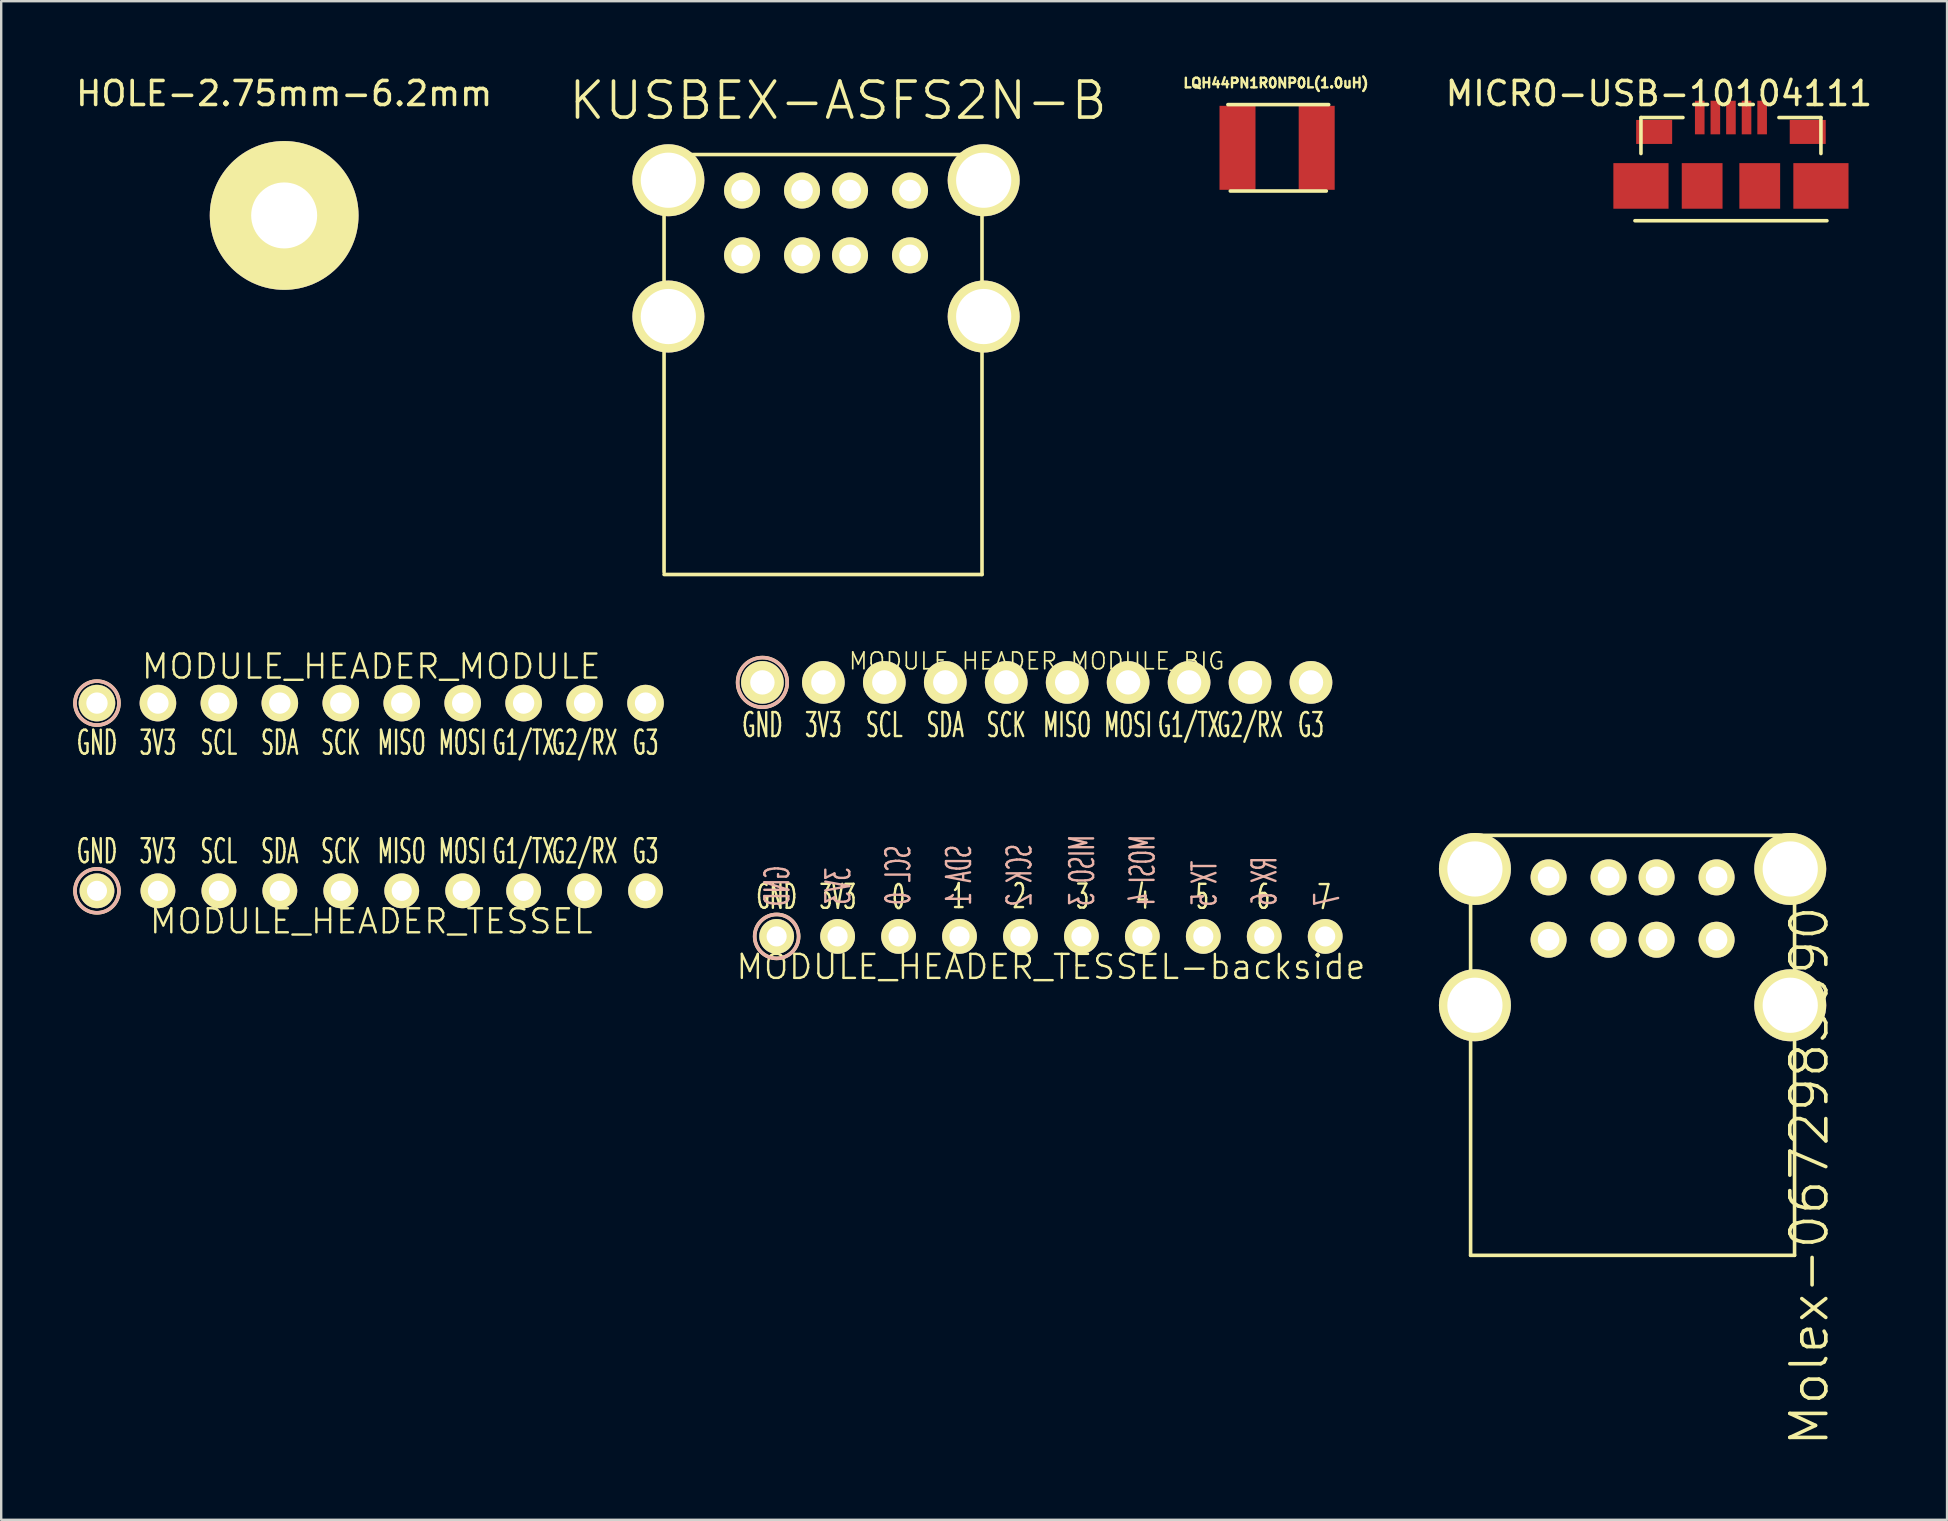
<source format=kicad_pcb>
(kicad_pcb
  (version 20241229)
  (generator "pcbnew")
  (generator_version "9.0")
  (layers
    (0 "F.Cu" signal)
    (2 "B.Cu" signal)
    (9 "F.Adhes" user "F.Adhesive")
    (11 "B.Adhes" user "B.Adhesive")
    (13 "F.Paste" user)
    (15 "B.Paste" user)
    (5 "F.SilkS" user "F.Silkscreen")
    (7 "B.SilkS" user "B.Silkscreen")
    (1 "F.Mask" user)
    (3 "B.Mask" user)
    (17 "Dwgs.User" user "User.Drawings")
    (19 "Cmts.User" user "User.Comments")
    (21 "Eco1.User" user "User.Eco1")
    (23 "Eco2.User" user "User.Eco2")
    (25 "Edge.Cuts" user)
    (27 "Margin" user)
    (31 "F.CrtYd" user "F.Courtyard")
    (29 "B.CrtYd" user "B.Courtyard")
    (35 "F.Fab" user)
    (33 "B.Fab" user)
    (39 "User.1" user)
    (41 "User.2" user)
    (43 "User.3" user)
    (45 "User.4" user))
  (footprint "MODULE_HEADER_TESSEL"
    (layer "F.Cu")
    (at 12.421 34.073)
    (property "Reference" "MODULE_HEADER_TESSEL" (at 0 1.27 0) (layer "F.SilkS") (effects (font (size 1 1) (thickness 0.1))))
    (attr through_hole)
    (fp_circle (center -11.43 0) (end -10.668 -0.508) (stroke (width 0.15) (type solid)) (fill no) (layer "F.SilkS"))
    (fp_circle (center -11.43 0) (end -10.668 -0.508) (stroke (width 0.15) (type solid)) (fill no) (layer "B.SilkS"))
    (fp_text user "SCK" (at -1.27 -1.651 0) (layer "F.SilkS") (effects (font (size 1 0.55) (thickness 0.1))))
    (fp_text user "SCL" (at -6.35 -1.651 0) (layer "F.SilkS") (effects (font (size 1 0.55) (thickness 0.1))))
    (fp_text user "G3" (at 11.43 -1.651 0) (layer "F.SilkS") (effects (font (size 1 0.55) (thickness 0.1))))
    (fp_text user "MISO" (at 1.27 -1.651 0) (layer "F.SilkS") (effects (font (size 1 0.55) (thickness 0.1))))
    (fp_text user "G1/TX" (at 6.35 -1.651 0) (layer "F.SilkS") (effects (font (size 1 0.55) (thickness 0.1))))
    (fp_text user "GND" (at -11.43 -1.651 0) (layer "F.SilkS") (effects (font (size 1 0.55) (thickness 0.1))))
    (fp_text user "3V3" (at -8.89 -1.651 0) (layer "F.SilkS") (effects (font (size 1 0.55) (thickness 0.1))))
    (fp_text user "MOSI" (at 3.81 -1.651 0) (layer "F.SilkS") (effects (font (size 1 0.55) (thickness 0.1))))
    (fp_text user "G2/RX" (at 8.89 -1.651 0) (layer "F.SilkS") (effects (font (size 1 0.55) (thickness 0.1))))
    (fp_text user "SDA" (at -3.81 -1.651 0) (layer "F.SilkS") (effects (font (size 1 0.55) (thickness 0.1))))
    (pad "1" thru_hole circle (at -11.43 0) (size 1.45 1.45) (drill 0.838) (layers "*.Cu" "*.Mask" "F.SilkS"))
    (pad "2" thru_hole circle (at -8.89 0) (size 1.45 1.45) (drill 0.838) (layers "*.Cu" "*.Mask" "F.SilkS"))
    (pad "3" thru_hole circle (at -6.35 0) (size 1.45 1.45) (drill 0.838) (layers "*.Cu" "*.Mask" "F.SilkS"))
    (pad "4" thru_hole circle (at -3.81 0) (size 1.45 1.45) (drill 0.838) (layers "*.Cu" "*.Mask" "F.SilkS"))
    (pad "5" thru_hole circle (at -1.27 0) (size 1.45 1.45) (drill 0.838) (layers "*.Cu" "*.Mask" "F.SilkS"))
    (pad "6" thru_hole circle (at 1.27 0) (size 1.45 1.45) (drill 0.838) (layers "*.Cu" "*.Mask" "F.SilkS"))
    (pad "7" thru_hole circle (at 3.81 0) (size 1.45 1.45) (drill 0.838) (layers "*.Cu" "*.Mask" "F.SilkS"))
    (pad "8" thru_hole circle (at 6.35 0) (size 1.45 1.45) (drill 0.838) (layers "*.Cu" "*.Mask" "F.SilkS"))
    (pad "9" thru_hole circle (at 8.89 0) (size 1.45 1.45) (drill 0.838) (layers "*.Cu" "*.Mask" "F.SilkS"))
    (pad "10" thru_hole circle (at 11.43 0) (size 1.45 1.45) (drill 0.838) (layers "*.Cu" "*.Mask" "F.SilkS")))
  (footprint "MODULE_HEADER_TESSEL-backside"
    (layer "F.Cu")
    (at 40.745 35.973)
    (property "Reference" "MODULE_HEADER_TESSEL-backside" (at 0 1.27 0) (layer "F.SilkS") (effects (font (size 1 1) (thickness 0.1))))
    (attr through_hole)
    (fp_circle (center -11.43 0) (end -10.668 -0.508) (stroke (width 0.15) (type solid)) (fill no) (layer "F.SilkS"))
    (fp_circle (center -11.43 0) (end -10.668 -0.508) (stroke (width 0.15) (type solid)) (fill no) (layer "B.SilkS"))
    (fp_text user "2" (at -1.32 -1.68 0) (layer "F.SilkS") (effects (font (size 1 0.55) (thickness 0.1))))
    (fp_text user "3V3" (at -8.88 -1.65 0) (layer "F.SilkS") (effects (font (size 1 0.55) (thickness 0.1))))
    (fp_text user "GND" (at -11.43 -1.65 0) (layer "F.SilkS") (effects (font (size 1 0.55) (thickness 0.1))))
    (fp_text user "6" (at 8.86 -1.65 0) (layer "F.SilkS") (effects (font (size 1 0.55) (thickness 0.1))))
    (fp_text user "3" (at 1.32 -1.66 0) (layer "F.SilkS") (effects (font (size 1 0.55) (thickness 0.1))))
    (fp_text user "4" (at 3.82 -1.66 0) (layer "F.SilkS") (effects (font (size 1 0.55) (thickness 0.1))))
    (fp_text user "7" (at 11.38 -1.64 0) (layer "F.SilkS") (effects (font (size 1 0.55) (thickness 0.1))))
    (fp_text user "1" (at -3.84 -1.68 0) (layer "F.SilkS") (effects (font (size 1 0.55) (thickness 0.1))))
    (fp_text user "0" (at -6.35 -1.64 0) (layer "F.SilkS") (effects (font (size 1 0.55) (thickness 0.1))))
    (fp_text user "5" (at 6.31 -1.65 0) (layer "F.SilkS") (effects (font (size 1 0.55) (thickness 0.1))))
    (fp_text user "7" (at 11.51 -1.55 90) (layer "B.SilkS") (effects (font (size 1 0.55) (thickness 0.1)) (justify mirror)))
    (fp_text user "MISO 3" (at 1.3 -2.75 90) (layer "B.SilkS") (effects (font (size 1 0.55) (thickness 0.1)) (justify mirror)))
    (fp_text user "SDA 1" (at -3.83 -2.55 90) (layer "B.SilkS") (effects (font (size 1 0.55) (thickness 0.1)) (justify mirror)))
    (fp_text user "GND" (at -11.4 -2.1 90) (layer "B.SilkS") (effects (font (size 1 0.55) (thickness 0.1)) (justify mirror)))
    (fp_text user "RX 6" (at 8.9 -2.3 90) (layer "B.SilkS") (effects (font (size 1 0.55) (thickness 0.1)) (justify mirror)))
    (fp_text user "SCK 2" (at -1.31 -2.55 90) (layer "B.SilkS") (effects (font (size 1 0.55) (thickness 0.1)) (justify mirror)))
    (fp_text user "TX 5" (at 6.4 -2.2 90) (layer "B.SilkS") (effects (font (size 1 0.55) (thickness 0.1)) (justify mirror)))
    (fp_text user "SCL 0" (at -6.36 -2.55 90) (layer "B.SilkS") (effects (font (size 1 0.55) (thickness 0.1)) (justify mirror)))
    (fp_text user "MOSI 4" (at 3.82 -2.75 90) (layer "B.SilkS") (effects (font (size 1 0.55) (thickness 0.1)) (justify mirror)))
    (fp_text user "3V3" (at -8.86 -2.1 90) (layer "B.SilkS") (effects (font (size 1 0.55) (thickness 0.1)) (justify mirror)))
    (pad "1" thru_hole circle (at -11.43 0) (size 1.45 1.45) (drill 0.838) (layers "*.Cu" "*.Mask" "F.SilkS"))
    (pad "2" thru_hole circle (at -8.89 0) (size 1.45 1.45) (drill 0.838) (layers "*.Cu" "*.Mask" "F.SilkS"))
    (pad "3" thru_hole circle (at -6.35 0) (size 1.45 1.45) (drill 0.838) (layers "*.Cu" "*.Mask" "F.SilkS"))
    (pad "4" thru_hole circle (at -3.81 0) (size 1.45 1.45) (drill 0.838) (layers "*.Cu" "*.Mask" "F.SilkS"))
    (pad "5" thru_hole circle (at -1.27 0) (size 1.45 1.45) (drill 0.838) (layers "*.Cu" "*.Mask" "F.SilkS"))
    (pad "6" thru_hole circle (at 1.27 0) (size 1.45 1.45) (drill 0.838) (layers "*.Cu" "*.Mask" "F.SilkS"))
    (pad "7" thru_hole circle (at 3.81 0) (size 1.45 1.45) (drill 0.838) (layers "*.Cu" "*.Mask" "F.SilkS"))
    (pad "8" thru_hole circle (at 6.35 0) (size 1.45 1.45) (drill 0.838) (layers "*.Cu" "*.Mask" "F.SilkS"))
    (pad "9" thru_hole circle (at 8.89 0) (size 1.45 1.45) (drill 0.838) (layers "*.Cu" "*.Mask" "F.SilkS"))
    (pad "10" thru_hole circle (at 11.43 0) (size 1.45 1.45) (drill 0.838) (layers "*.Cu" "*.Mask" "F.SilkS")))
  (footprint "MODULE_HEADER_MODULE_BIG"
    (layer "F.Cu")
    (at 40.152 25.387)
    (property "Reference" "MODULE_HEADER_MODULE_BIG" (at 0 -0.889 0) (layer "F.SilkS") (effects (font (size 0.7 0.7) (thickness 0.07))))
    (attr through_hole)
    (fp_circle (center -11.43 0) (end -10.732 -0.762) (stroke (width 0.15) (type solid)) (fill no) (layer "F.SilkS"))
    (fp_circle (center -11.43 0) (end -10.732 -0.762) (stroke (width 0.15) (type solid)) (fill no) (layer "B.SilkS"))
    (fp_text user "SDA" (at -3.81 1.778 0) (layer "F.SilkS") (effects (font (size 1 0.55) (thickness 0.1))))
    (fp_text user "MISO" (at 1.27 1.778 0) (layer "F.SilkS") (effects (font (size 1 0.55) (thickness 0.1))))
    (fp_text user "3V3" (at -8.89 1.778 0) (layer "F.SilkS") (effects (font (size 1 0.55) (thickness 0.1))))
    (fp_text user "G1/TX" (at 6.35 1.778 0) (layer "F.SilkS") (effects (font (size 1 0.55) (thickness 0.1))))
    (fp_text user "SCK" (at -1.27 1.778 0) (layer "F.SilkS") (effects (font (size 1 0.55) (thickness 0.1))))
    (fp_text user "SCL" (at -6.35 1.778 0) (layer "F.SilkS") (effects (font (size 1 0.55) (thickness 0.1))))
    (fp_text user "GND" (at -11.43 1.778 0) (layer "F.SilkS") (effects (font (size 1 0.55) (thickness 0.1))))
    (fp_text user "G3" (at 11.43 1.778 0) (layer "F.SilkS") (effects (font (size 1 0.55) (thickness 0.1))))
    (fp_text user "G2/RX" (at 8.89 1.778 0) (layer "F.SilkS") (effects (font (size 1 0.55) (thickness 0.1))))
    (fp_text user "MOSI" (at 3.81 1.778 0) (layer "F.SilkS") (effects (font (size 1 0.55) (thickness 0.1))))
    (pad "1" thru_hole circle (at -11.43 0) (size 1.778 1.778) (drill 1.016) (layers "*.Cu" "*.Mask" "F.SilkS"))
    (pad "2" thru_hole circle (at -8.89 0) (size 1.778 1.778) (drill 1.016) (layers "*.Cu" "*.Mask" "F.SilkS"))
    (pad "3" thru_hole circle (at -6.35 0) (size 1.778 1.778) (drill 1.016) (layers "*.Cu" "*.Mask" "F.SilkS"))
    (pad "4" thru_hole circle (at -3.81 0) (size 1.778 1.778) (drill 1.016) (layers "*.Cu" "*.Mask" "F.SilkS"))
    (pad "5" thru_hole circle (at -1.27 0) (size 1.778 1.778) (drill 1.016) (layers "*.Cu" "*.Mask" "F.SilkS"))
    (pad "6" thru_hole circle (at 1.27 0) (size 1.778 1.778) (drill 1.016) (layers "*.Cu" "*.Mask" "F.SilkS"))
    (pad "7" thru_hole circle (at 3.81 0) (size 1.778 1.778) (drill 1.016) (layers "*.Cu" "*.Mask" "F.SilkS"))
    (pad "8" thru_hole circle (at 6.35 0) (size 1.778 1.778) (drill 1.016) (layers "*.Cu" "*.Mask" "F.SilkS"))
    (pad "9" thru_hole circle (at 8.89 0) (size 1.778 1.778) (drill 1.016) (layers "*.Cu" "*.Mask" "F.SilkS"))
    (pad "10" thru_hole circle (at 11.43 0) (size 1.778 1.778) (drill 1.016) (layers "*.Cu" "*.Mask" "F.SilkS")))
  (footprint "KUSBEX-ASFS2N-B"
    (layer "F.Cu")
    (at 31.373 4.891)
    (property "Reference" "KUSBEX-ASFS2N-B" (at 0.5 -3.75 0) (layer "F.SilkS") (effects (font (size 1.5 1.5) (thickness 0.15))))
    (attr through_hole)
    (fp_line (start -6.75 -1.5) (end -6.75 15.9) (stroke (width 0.15) (type solid)) (layer "F.SilkS"))
    (fp_line (start -6.75 -1.5) (end 6.45 -1.5) (stroke (width 0.15) (type solid)) (layer "F.SilkS"))
    (fp_line (start -6.75 16) (end 6.5 16) (stroke (width 0.15) (type solid)) (layer "F.SilkS"))
    (fp_line (start 6.5 -1.5) (end 6.5 16) (stroke (width 0.15) (type solid)) (layer "F.SilkS"))
    (pad "1" thru_hole circle (at -3.5 0) (size 1.5 1.5) (drill 0.9) (layers "*.Cu" "*.Mask" "F.SilkS"))
    (pad "2" thru_hole circle (at -1 0) (size 1.5 1.5) (drill 0.9) (layers "*.Cu" "*.Mask" "F.SilkS"))
    (pad "3" thru_hole circle (at 1 0) (size 1.5 1.5) (drill 0.9) (layers "*.Cu" "*.Mask" "F.SilkS"))
    (pad "4" thru_hole circle (at 3.5 0) (size 1.5 1.5) (drill 0.9) (layers "*.Cu" "*.Mask" "F.SilkS"))
    (pad "5" thru_hole circle (at -3.5 2.7) (size 1.5 1.5) (drill 0.9) (layers "*.Cu" "*.Mask" "F.SilkS"))
    (pad "6" thru_hole circle (at -1 2.7) (size 1.5 1.5) (drill 0.9) (layers "*.Cu" "*.Mask" "F.SilkS"))
    (pad "7" thru_hole circle (at 1 2.7) (size 1.5 1.5) (drill 0.9) (layers "*.Cu" "*.Mask" "F.SilkS"))
    (pad "8" thru_hole circle (at 3.5 2.7) (size 1.5 1.5) (drill 0.9) (layers "*.Cu" "*.Mask" "F.SilkS"))
    (pad "9" thru_hole circle (at -6.57 -0.43) (size 3 3) (drill 2.3) (layers "*.Cu" "*.Mask" "F.SilkS"))
    (pad "10" thru_hole circle (at -6.57 5.25) (size 3 3) (drill 2.3) (layers "*.Cu" "*.Mask" "F.SilkS"))
    (pad "11" thru_hole circle (at 6.57 -0.43) (size 3 3) (drill 2.3) (layers "*.Cu" "*.Mask" "F.SilkS"))
    (pad "12" thru_hole circle (at 6.57 5.25) (size 3 3) (drill 2.3) (layers "*.Cu" "*.Mask" "F.SilkS")))
  (footprint "Molex-0672983090"
    (layer "F.Cu")
    (at 64.984 33.512)
    (property "Reference" "Molex-0672983090" (at 7.366 12.446 90) (layer "F.SilkS") (effects (font (size 1.5 1.5) (thickness 0.15))))
    (attr through_hole)
    (fp_line (start -6.75 -1.75) (end 6.75 -1.75) (stroke (width 0.15) (type solid)) (layer "F.SilkS"))
    (fp_line (start -6.75 -1.5) (end -6.75 15.75) (stroke (width 0.15) (type solid)) (layer "F.SilkS"))
    (fp_line (start -6.75 15.75) (end 6.75 15.75) (stroke (width 0.15) (type solid)) (layer "F.SilkS"))
    (fp_line (start 6.75 -1.5) (end 6.75 15.75) (stroke (width 0.15) (type solid)) (layer "F.SilkS"))
    (pad "1" thru_hole circle (at -3.5 0) (size 1.5 1.5) (drill 0.9) (layers "*.Cu" "*.Mask" "F.SilkS"))
    (pad "2" thru_hole circle (at -1 0) (size 1.5 1.5) (drill 0.9) (layers "*.Cu" "*.Mask" "F.SilkS"))
    (pad "3" thru_hole circle (at 1 0) (size 1.5 1.5) (drill 0.9) (layers "*.Cu" "*.Mask" "F.SilkS"))
    (pad "4" thru_hole circle (at 3.5 0) (size 1.5 1.5) (drill 0.9) (layers "*.Cu" "*.Mask" "F.SilkS"))
    (pad "5" thru_hole circle (at -3.5 2.6) (size 1.5 1.5) (drill 0.9) (layers "*.Cu" "*.Mask" "F.SilkS"))
    (pad "6" thru_hole circle (at -1 2.6) (size 1.5 1.5) (drill 0.9) (layers "*.Cu" "*.Mask" "F.SilkS"))
    (pad "7" thru_hole circle (at 1 2.6) (size 1.5 1.5) (drill 0.9) (layers "*.Cu" "*.Mask" "F.SilkS"))
    (pad "8" thru_hole circle (at 3.5 2.6) (size 1.5 1.5) (drill 0.9) (layers "*.Cu" "*.Mask" "F.SilkS"))
    (pad "9" thru_hole circle (at -6.57 -0.35) (size 3 3) (drill 2.3) (layers "*.Cu" "*.Mask" "F.SilkS"))
    (pad "10" thru_hole circle (at -6.57 5.33) (size 3 3) (drill 2.3) (layers "*.Cu" "*.Mask" "F.SilkS"))
    (pad "11" thru_hole circle (at 6.57 -0.35) (size 3 3) (drill 2.3) (layers "*.Cu" "*.Mask" "F.SilkS"))
    (pad "12" thru_hole circle (at 6.57 5.33) (size 3 3) (drill 2.3) (layers "*.Cu" "*.Mask" "F.SilkS")))
  (footprint "HOLE-2.75mm-6.2mm"
    (layer "F.Cu")
    (at 8.792 5.928)
    (property "Reference" "HOLE-2.75mm-6.2mm" (at 0 -5.08 0) (layer "F.SilkS") (effects (font (size 1 1) (thickness 0.15))))
    (attr through_hole)
    (pad "" np_thru_hole circle (at 0 0) (size 6.2 6.2) (drill 2.75) (layers "*.Cu" "*.Mask" "F.SilkS")))
  (footprint "MICRO-USB-10104111"
    (layer "F.Cu")
    (at 69.083 1.848)
    (property "Reference" "MICRO-USB-10104111" (at -3 -1 0) (layer "F.SilkS") (effects (font (size 1 1) (thickness 0.15))))
    (attr through_hole)
    (fp_line (start -3.75 0) (end -3.75 1.5) (stroke (width 0.15) (type solid)) (layer "F.SilkS"))
    (fp_line (start -2 0) (end -3.75 0) (stroke (width 0.15) (type solid)) (layer "F.SilkS"))
    (fp_line (start 2 0) (end 3.75 0) (stroke (width 0.15) (type solid)) (layer "F.SilkS"))
    (fp_line (start 3.75 0) (end 3.75 1.5) (stroke (width 0.15) (type solid)) (layer "F.SilkS"))
    (fp_line (start 4 4.3) (end -4 4.3) (stroke (width 0.15) (type solid)) (layer "F.SilkS"))
    (pad "1" smd rect (at -1.3 0) (size 0.4 1.4) (layers "F.Cu" "F.Mask" "F.Paste"))
    (pad "2" smd rect (at -0.65 0) (size 0.4 1.4) (layers "F.Cu" "F.Mask" "F.Paste"))
    (pad "3" smd rect (at 0 0) (size 0.4 1.4) (layers "F.Cu" "F.Mask" "F.Paste"))
    (pad "4" smd rect (at 0.65 0) (size 0.4 1.4) (layers "F.Cu" "F.Mask" "F.Paste"))
    (pad "5" smd rect (at 1.3 0) (size 0.4 1.4) (layers "F.Cu" "F.Mask" "F.Paste"))
    (pad "6" smd rect (at -3.75 2.85) (size 2.3 1.9) (layers "F.Cu" "F.Mask" "F.Paste"))
    (pad "7" smd rect (at -1.2 2.85) (size 1.7 1.9) (layers "F.Cu" "F.Mask" "F.Paste"))
    (pad "8" smd rect (at 1.2 2.85) (size 1.7 1.9) (layers "F.Cu" "F.Mask" "F.Paste"))
    (pad "9" smd rect (at -3.2 0.6) (size 1.5 1) (layers "F.Cu" "F.Mask" "F.Paste"))
    (pad "9" smd rect (at 3.2 0.6) (size 1.5 1) (layers "F.Cu" "F.Mask" "F.Paste"))
    (pad "9" smd rect (at 3.75 2.85) (size 2.3 1.9) (layers "F.Cu" "F.Mask" "F.Paste")))
  (footprint "LQH44PN1R0NP0L(1.0uH)"
    (layer "F.Cu")
    (at 48.52 3.11)
    (property "Reference" "LQH44PN1R0NP0L(1.0uH)" (at 1.6 -2.7 0) (layer "F.SilkS") (effects (font (size 0.4 0.4) (thickness 0.1))))
    (attr through_hole)
    (fp_line (start -0.4 -1.8) (end 3.8 -1.8) (stroke (width 0.15) (type solid)) (layer "F.SilkS"))
    (fp_line (start -0.3 1.8) (end 3.7 1.8) (stroke (width 0.15) (type solid)) (layer "F.SilkS"))
    (pad "1" smd rect (at 0 0) (size 1.5 3.5) (layers "F.Cu" "F.Mask" "F.Paste"))
    (pad "2" smd rect (at 3.3 0) (size 1.5 3.5) (layers "F.Cu" "F.Mask" "F.Paste")))
  (footprint "MODULE_HEADER_MODULE"
    (layer "F.Cu")
    (at 12.421 26.25)
    (property "Reference" "MODULE_HEADER_MODULE" (at 0 -1.524 0) (layer "F.SilkS") (effects (font (size 1 1) (thickness 0.1))))
    (attr through_hole)
    (fp_circle (center -11.43 0) (end -10.668 -0.508) (stroke (width 0.15) (type solid)) (fill no) (layer "F.SilkS"))
    (fp_circle (center -11.43 0) (end -10.668 -0.508) (stroke (width 0.15) (type solid)) (fill no) (layer "B.SilkS"))
    (fp_text user "G1/TX" (at 6.35 1.651 0) (layer "F.SilkS") (effects (font (size 1 0.55) (thickness 0.1))))
    (fp_text user "3V3" (at -8.89 1.651 0) (layer "F.SilkS") (effects (font (size 1 0.55) (thickness 0.1))))
    (fp_text user "SCL" (at -6.35 1.651 0) (layer "F.SilkS") (effects (font (size 1 0.55) (thickness 0.1))))
    (fp_text user "SCK" (at -1.27 1.651 0) (layer "F.SilkS") (effects (font (size 1 0.55) (thickness 0.1))))
    (fp_text user "MOSI" (at 3.81 1.651 0) (layer "F.SilkS") (effects (font (size 1 0.55) (thickness 0.1))))
    (fp_text user "GND" (at -11.43 1.651 0) (layer "F.SilkS") (effects (font (size 1 0.55) (thickness 0.1))))
    (fp_text user "G3" (at 11.43 1.651 0) (layer "F.SilkS") (effects (font (size 1 0.55) (thickness 0.1))))
    (fp_text user "SDA" (at -3.81 1.651 0) (layer "F.SilkS") (effects (font (size 1 0.55) (thickness 0.1))))
    (fp_text user "MISO" (at 1.27 1.651 0) (layer "F.SilkS") (effects (font (size 1 0.55) (thickness 0.1))))
    (fp_text user "G2/RX" (at 8.89 1.651 0) (layer "F.SilkS") (effects (font (size 1 0.55) (thickness 0.1))))
    (pad "1" thru_hole circle (at -11.43 0) (size 1.524 1.524) (drill 0.889) (layers "*.Cu" "*.Mask" "F.SilkS"))
    (pad "2" thru_hole circle (at -8.89 0) (size 1.524 1.524) (drill 0.889) (layers "*.Cu" "*.Mask" "F.SilkS"))
    (pad "3" thru_hole circle (at -6.35 0) (size 1.524 1.524) (drill 0.889) (layers "*.Cu" "*.Mask" "F.SilkS"))
    (pad "4" thru_hole circle (at -3.81 0) (size 1.524 1.524) (drill 0.889) (layers "*.Cu" "*.Mask" "F.SilkS"))
    (pad "5" thru_hole circle (at -1.27 0) (size 1.524 1.524) (drill 0.889) (layers "*.Cu" "*.Mask" "F.SilkS"))
    (pad "6" thru_hole circle (at 1.27 0) (size 1.524 1.524) (drill 0.889) (layers "*.Cu" "*.Mask" "F.SilkS"))
    (pad "7" thru_hole circle (at 3.81 0) (size 1.524 1.524) (drill 0.889) (layers "*.Cu" "*.Mask" "F.SilkS"))
    (pad "8" thru_hole circle (at 6.35 0) (size 1.524 1.524) (drill 0.889) (layers "*.Cu" "*.Mask" "F.SilkS"))
    (pad "9" thru_hole circle (at 8.89 0) (size 1.524 1.524) (drill 0.889) (layers "*.Cu" "*.Mask" "F.SilkS"))
    (pad "10" thru_hole circle (at 11.43 0) (size 1.524 1.524) (drill 0.889) (layers "*.Cu" "*.Mask" "F.SilkS")))
  (gr_rect
    (start -3 -3)
    (end 78.089 60.283)
    (stroke (width 0.1) (type default))
    (fill no)
    (layer "Edge.Cuts")))
</source>
